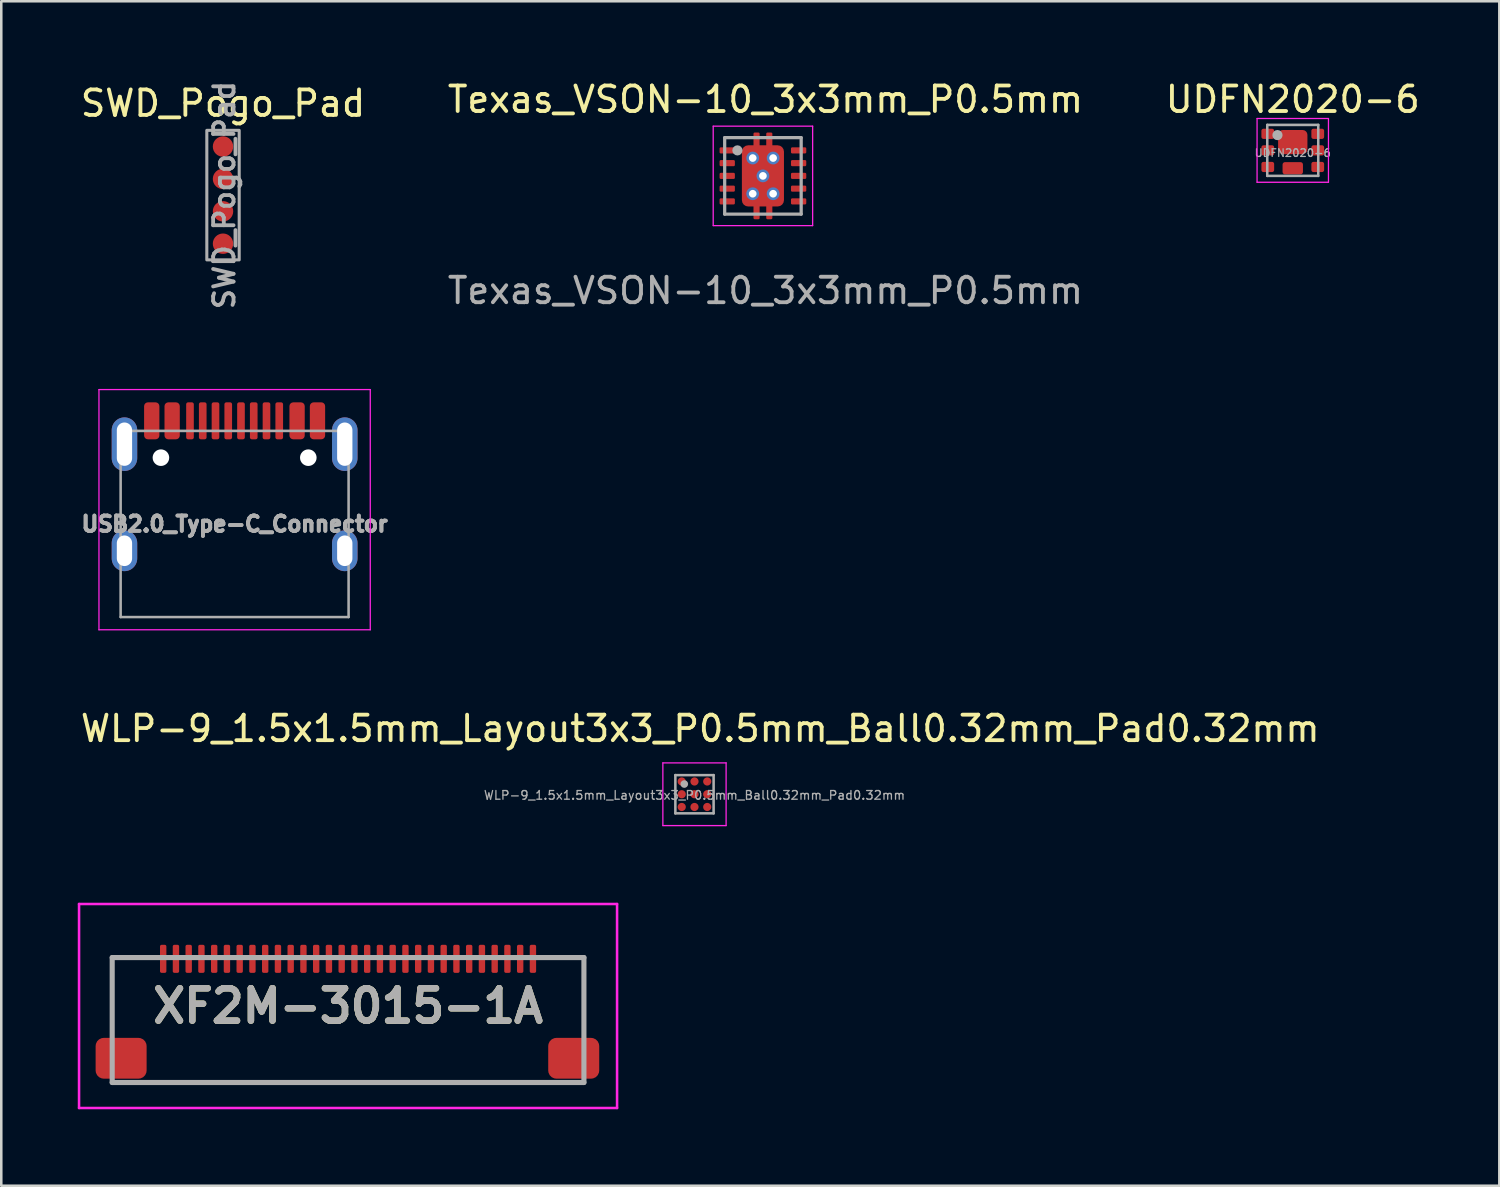
<source format=kicad_pcb>
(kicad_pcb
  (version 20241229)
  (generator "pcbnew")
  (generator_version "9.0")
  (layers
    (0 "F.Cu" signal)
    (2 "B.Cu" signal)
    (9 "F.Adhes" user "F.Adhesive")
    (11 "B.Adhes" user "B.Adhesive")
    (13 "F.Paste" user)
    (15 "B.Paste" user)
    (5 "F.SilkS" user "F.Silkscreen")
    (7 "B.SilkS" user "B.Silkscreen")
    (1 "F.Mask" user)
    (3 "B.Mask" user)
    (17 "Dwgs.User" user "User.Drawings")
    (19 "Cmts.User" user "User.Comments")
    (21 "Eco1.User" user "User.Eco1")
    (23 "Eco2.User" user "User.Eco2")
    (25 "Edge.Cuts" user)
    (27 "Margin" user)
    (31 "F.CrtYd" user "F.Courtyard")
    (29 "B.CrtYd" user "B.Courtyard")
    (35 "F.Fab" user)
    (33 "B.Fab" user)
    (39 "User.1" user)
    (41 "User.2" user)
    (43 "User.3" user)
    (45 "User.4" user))
  (footprint "SWD_Pogo_Pad"
    (layer "F.Cu")
    (at 5.696 2.697)
    (property "Reference" "SWD_Pogo_Pad" (at 0 -1.695 0) (layer "F.SilkS") (effects (font (size 1 1) (thickness 0.15))))
    (attr through_hole)
    (fp_rect (start -0.635 -0.635) (end 0.635 4.445) (stroke (width 0.12) (type solid)) (fill no) (layer "F.Fab"))
    (fp_text user "${REFERENCE}" (at 0.05 1.905 270) (layer "F.Fab") (effects (font (size 0.8 0.8) (thickness 0.15))))
    (pad "1" smd circle (at 0 0) (size 0.8 0.8) (layers "F.Cu" "F.Mask"))
    (pad "2" smd circle (at 0 1.27) (size 0.8 0.8) (layers "F.Cu" "F.Mask"))
    (pad "3" smd circle (at 0 2.54) (size 0.8 0.8) (layers "F.Cu" "F.Mask"))
    (pad "4" smd circle (at 0 3.81) (size 0.8 0.8) (layers "F.Cu" "F.Mask")))
  (footprint "XF2M-3015-1A"
    (layer "F.Cu")
    (at 10.6 36.403)
    (property "Reference" "XF2M-3015-1A" (at 0 0 0) (layer "F.SilkS") (effects (font (size 1.27 1.27) (thickness 0.254))))
    (attr smd)
    (fp_line (start -10.55 -4) (end 10.55 -4) (stroke (width 0.1) (type solid)) (layer "F.CrtYd"))
    (fp_line (start -10.55 4) (end -10.55 -4) (stroke (width 0.1) (type solid)) (layer "F.CrtYd"))
    (fp_line (start 10.55 -4) (end 10.55 4) (stroke (width 0.1) (type solid)) (layer "F.CrtYd"))
    (fp_line (start 10.55 4) (end -10.55 4) (stroke (width 0.1) (type solid)) (layer "F.CrtYd"))
    (fp_line (start -9.25 -1.9) (end 9.25 -1.9) (stroke (width 0.2) (type solid)) (layer "F.Fab"))
    (fp_line (start -9.25 3) (end -9.25 -1.9) (stroke (width 0.2) (type solid)) (layer "F.Fab"))
    (fp_line (start 9.25 -1.9) (end 9.25 3) (stroke (width 0.2) (type solid)) (layer "F.Fab"))
    (fp_line (start 9.25 3) (end -9.25 3) (stroke (width 0.2) (type solid)) (layer "F.Fab"))
    (fp_text user "${REFERENCE}" (at 0 0 0) (layer "F.Fab") (effects (font (size 1.27 1.27) (thickness 0.254))))
    (pad "" smd roundrect (at -8.9 2.05 90) (size 1.6 2) (layers "F.Cu" "F.Mask" "F.Paste") (roundrect_rratio 0.2))
    (pad "" smd roundrect (at 8.85 2.05 90) (size 1.6 2) (layers "F.Cu" "F.Mask" "F.Paste") (roundrect_rratio 0.2))
    (pad "1" smd roundrect (at -7.25 -1.85) (size 0.25 1.1) (layers "F.Cu" "F.Mask" "F.Paste") (roundrect_rratio 0.25))
    (pad "2" smd roundrect (at -6.75 -1.85) (size 0.25 1.1) (layers "F.Cu" "F.Mask" "F.Paste") (roundrect_rratio 0.25))
    (pad "3" smd roundrect (at -6.25 -1.85) (size 0.25 1.1) (layers "F.Cu" "F.Mask" "F.Paste") (roundrect_rratio 0.25))
    (pad "4" smd roundrect (at -5.75 -1.85) (size 0.25 1.1) (layers "F.Cu" "F.Mask" "F.Paste") (roundrect_rratio 0.25))
    (pad "5" smd roundrect (at -5.25 -1.85) (size 0.25 1.1) (layers "F.Cu" "F.Mask" "F.Paste") (roundrect_rratio 0.25))
    (pad "6" smd roundrect (at -4.75 -1.85) (size 0.25 1.1) (layers "F.Cu" "F.Mask" "F.Paste") (roundrect_rratio 0.25))
    (pad "7" smd roundrect (at -4.25 -1.85) (size 0.25 1.1) (layers "F.Cu" "F.Mask" "F.Paste") (roundrect_rratio 0.25))
    (pad "8" smd roundrect (at -3.75 -1.85) (size 0.25 1.1) (layers "F.Cu" "F.Mask" "F.Paste") (roundrect_rratio 0.25))
    (pad "9" smd roundrect (at -3.25 -1.85) (size 0.25 1.1) (layers "F.Cu" "F.Mask" "F.Paste") (roundrect_rratio 0.25))
    (pad "10" smd roundrect (at -2.75 -1.85) (size 0.25 1.1) (layers "F.Cu" "F.Mask" "F.Paste") (roundrect_rratio 0.25))
    (pad "11" smd roundrect (at -2.25 -1.85) (size 0.25 1.1) (layers "F.Cu" "F.Mask" "F.Paste") (roundrect_rratio 0.25))
    (pad "12" smd roundrect (at -1.75 -1.85) (size 0.25 1.1) (layers "F.Cu" "F.Mask" "F.Paste") (roundrect_rratio 0.25))
    (pad "13" smd roundrect (at -1.25 -1.85) (size 0.25 1.1) (layers "F.Cu" "F.Mask" "F.Paste") (roundrect_rratio 0.25))
    (pad "14" smd roundrect (at -0.75 -1.85) (size 0.25 1.1) (layers "F.Cu" "F.Mask" "F.Paste") (roundrect_rratio 0.25))
    (pad "15" smd roundrect (at -0.25 -1.85) (size 0.25 1.1) (layers "F.Cu" "F.Mask" "F.Paste") (roundrect_rratio 0.25))
    (pad "16" smd roundrect (at 0.25 -1.85) (size 0.25 1.1) (layers "F.Cu" "F.Mask" "F.Paste") (roundrect_rratio 0.25))
    (pad "17" smd roundrect (at 0.75 -1.85) (size 0.25 1.1) (layers "F.Cu" "F.Mask" "F.Paste") (roundrect_rratio 0.25))
    (pad "18" smd roundrect (at 1.25 -1.85) (size 0.25 1.1) (layers "F.Cu" "F.Mask" "F.Paste") (roundrect_rratio 0.25))
    (pad "19" smd roundrect (at 1.75 -1.85) (size 0.25 1.1) (layers "F.Cu" "F.Mask" "F.Paste") (roundrect_rratio 0.25))
    (pad "20" smd roundrect (at 2.25 -1.85) (size 0.25 1.1) (layers "F.Cu" "F.Mask" "F.Paste") (roundrect_rratio 0.25))
    (pad "21" smd roundrect (at 2.75 -1.85) (size 0.25 1.1) (layers "F.Cu" "F.Mask" "F.Paste") (roundrect_rratio 0.25))
    (pad "22" smd roundrect (at 3.25 -1.85) (size 0.25 1.1) (layers "F.Cu" "F.Mask" "F.Paste") (roundrect_rratio 0.25))
    (pad "23" smd roundrect (at 3.75 -1.85) (size 0.25 1.1) (layers "F.Cu" "F.Mask" "F.Paste") (roundrect_rratio 0.25))
    (pad "24" smd roundrect (at 4.25 -1.85) (size 0.25 1.1) (layers "F.Cu" "F.Mask" "F.Paste") (roundrect_rratio 0.25))
    (pad "25" smd roundrect (at 4.75 -1.85) (size 0.25 1.1) (layers "F.Cu" "F.Mask" "F.Paste") (roundrect_rratio 0.25))
    (pad "26" smd roundrect (at 5.25 -1.85) (size 0.25 1.1) (layers "F.Cu" "F.Mask" "F.Paste") (roundrect_rratio 0.25))
    (pad "27" smd roundrect (at 5.75 -1.85) (size 0.25 1.1) (layers "F.Cu" "F.Mask" "F.Paste") (roundrect_rratio 0.25))
    (pad "28" smd roundrect (at 6.25 -1.85) (size 0.25 1.1) (layers "F.Cu" "F.Mask" "F.Paste") (roundrect_rratio 0.25))
    (pad "29" smd roundrect (at 6.75 -1.85) (size 0.25 1.1) (layers "F.Cu" "F.Mask" "F.Paste") (roundrect_rratio 0.25))
    (pad "30" smd roundrect (at 7.25 -1.85) (size 0.25 1.1) (layers "F.Cu" "F.Mask" "F.Paste") (roundrect_rratio 0.25)))
  (footprint "UDFN2020-6"
    (layer "F.Cu")
    (at 47.649 2.848)
    (property "Reference" "UDFN2020-6" (at 0 -2 0) (layer "F.SilkS") (effects (font (size 1 1) (thickness 0.15))))
    (attr smd)
    (fp_line (start -1.4 -1.25) (end -1.4 1.25) (stroke (width 0.05) (type solid)) (layer "F.CrtYd"))
    (fp_line (start -1.4 1.25) (end 1.4 1.25) (stroke (width 0.05) (type solid)) (layer "F.CrtYd"))
    (fp_line (start 1.4 -1.25) (end -1.4 -1.25) (stroke (width 0.05) (type solid)) (layer "F.CrtYd"))
    (fp_line (start 1.4 1.25) (end 1.4 -1.25) (stroke (width 0.05) (type solid)) (layer "F.CrtYd"))
    (fp_line (start -1 -1) (end 1 -1) (stroke (width 0.1) (type solid)) (layer "F.Fab"))
    (fp_line (start -1 1) (end -1 -1) (stroke (width 0.1) (type solid)) (layer "F.Fab"))
    (fp_line (start 1 -1) (end 1 1) (stroke (width 0.1) (type solid)) (layer "F.Fab"))
    (fp_line (start 1 1) (end -1 1) (stroke (width 0.1) (type solid)) (layer "F.Fab"))
    (fp_circle (center -0.6 -0.6) (end -0.5 -0.6) (stroke (width 0.2) (type solid)) (fill no) (layer "F.Fab"))
    (fp_text user "${REFERENCE}" (at 0 0.1 0) (layer "F.Fab") (effects (font (size 0.3 0.3) (thickness 0.05))))
    (pad "1" smd roundrect (at -0.98 -0.65) (size 0.5 0.4) (layers "F.Cu" "F.Mask" "F.Paste") (roundrect_rratio 0.2))
    (pad "2" smd roundrect (at -0.98 0) (size 0.5 0.4) (layers "F.Cu" "F.Mask" "F.Paste") (roundrect_rratio 0.2))
    (pad "3" smd roundrect (at -0.98 0.65) (size 0.5 0.4) (layers "F.Cu" "F.Mask" "F.Paste") (roundrect_rratio 0.2))
    (pad "4" smd roundrect (at 0.98 0.65) (size 0.5 0.4) (layers "F.Cu" "F.Mask" "F.Paste") (roundrect_rratio 0.2))
    (pad "5" smd roundrect (at 0.98 0) (size 0.5 0.4) (layers "F.Cu" "F.Mask" "F.Paste") (roundrect_rratio 0.2))
    (pad "6" smd roundrect (at 0.98 -0.65) (size 0.5 0.4) (layers "F.Cu" "F.Mask" "F.Paste") (roundrect_rratio 0.2))
    (pad "7" smd roundrect (at 0 -0.325) (size 1.15 0.95) (layers "F.Cu" "F.Mask" "F.Paste") (roundrect_rratio 0.2))
    (pad "8" smd roundrect (at 0 0.7) (size 0.8 0.48) (layers "F.Cu" "F.Mask" "F.Paste") (roundrect_rratio 0.2)))
  (footprint "USB2.0_Type-C_Connector"
    (layer "F.Cu")
    (at 6.151 17.499)
    (property "Reference" "USB2.0_Type-C_Connector" (at 0 0 0) (layer "F.Fab") (effects (font (size 0.6 0.6) (thickness 0.15))))
    (attr smd)
    (fp_line (start -5.32 -5.27) (end -5.32 4.15) (stroke (width 0.05) (type solid)) (layer "F.CrtYd"))
    (fp_line (start -5.32 -5.27) (end 5.32 -5.27) (stroke (width 0.05) (type solid)) (layer "F.CrtYd"))
    (fp_line (start -5.32 4.15) (end 5.32 4.15) (stroke (width 0.05) (type solid)) (layer "F.CrtYd"))
    (fp_line (start 5.32 -5.27) (end 5.32 4.15) (stroke (width 0.05) (type solid)) (layer "F.CrtYd"))
    (fp_line (start -4.47 -3.65) (end -4.47 3.65) (stroke (width 0.1) (type solid)) (layer "F.Fab"))
    (fp_line (start -4.47 -3.65) (end 4.47 -3.65) (stroke (width 0.1) (type solid)) (layer "F.Fab"))
    (fp_line (start -4.47 3.65) (end 4.47 3.65) (stroke (width 0.1) (type solid)) (layer "F.Fab"))
    (fp_line (start 4.47 -3.65) (end 4.47 3.65) (stroke (width 0.1) (type solid)) (layer "F.Fab"))
    (fp_text user "${REFERENCE}" (at 0 0 0) (layer "F.Fab") (effects (font (size 0.6 0.6) (thickness 0.15))))
    (pad "" np_thru_hole circle (at -2.89 -2.6) (size 0.65 0.65) (drill 0.65) (layers "*.Cu" "*.Mask"))
    (pad "" np_thru_hole circle (at 2.89 -2.6) (size 0.65 0.65) (drill 0.65) (layers "*.Cu" "*.Mask"))
    (pad "A1" smd roundrect (at -3.25 -4.045) (size 0.6 1.45) (layers "F.Cu" "F.Mask" "F.Paste") (roundrect_rratio 0.25))
    (pad "A4" smd roundrect (at -2.45 -4.045) (size 0.6 1.45) (layers "F.Cu" "F.Mask" "F.Paste") (roundrect_rratio 0.25))
    (pad "A5" smd roundrect (at -1.25 -4.045) (size 0.3 1.45) (layers "F.Cu" "F.Mask" "F.Paste") (roundrect_rratio 0.25))
    (pad "A6" smd roundrect (at -0.25 -4.045) (size 0.3 1.45) (layers "F.Cu" "F.Mask" "F.Paste") (roundrect_rratio 0.25))
    (pad "A7" smd roundrect (at 0.25 -4.045) (size 0.3 1.45) (layers "F.Cu" "F.Mask" "F.Paste") (roundrect_rratio 0.25))
    (pad "A8" smd roundrect (at 1.25 -4.045) (size 0.3 1.45) (layers "F.Cu" "F.Mask" "F.Paste") (roundrect_rratio 0.25))
    (pad "B1" smd roundrect (at 3.25 -4.045) (size 0.6 1.45) (layers "F.Cu" "F.Mask" "F.Paste") (roundrect_rratio 0.25))
    (pad "B4" smd roundrect (at 2.45 -4.045) (size 0.6 1.45) (layers "F.Cu" "F.Mask" "F.Paste") (roundrect_rratio 0.25))
    (pad "B5" smd roundrect (at 1.75 -4.045) (size 0.3 1.45) (layers "F.Cu" "F.Mask" "F.Paste") (roundrect_rratio 0.25))
    (pad "B6" smd roundrect (at 0.75 -4.045) (size 0.3 1.45) (layers "F.Cu" "F.Mask" "F.Paste") (roundrect_rratio 0.25))
    (pad "B7" smd roundrect (at -0.75 -4.045) (size 0.3 1.45) (layers "F.Cu" "F.Mask" "F.Paste") (roundrect_rratio 0.25))
    (pad "B8" smd roundrect (at -1.75 -4.045) (size 0.3 1.45) (layers "F.Cu" "F.Mask" "F.Paste") (roundrect_rratio 0.25))
    (pad "S1" thru_hole oval (at -4.32 -3.13) (size 1 2.1) (drill oval 0.6 1.7) (layers "*.Cu" "*.Mask" "F.Paste"))
    (pad "S1" thru_hole oval (at -4.32 1.05) (size 1 1.6) (drill oval 0.6 1.2) (layers "*.Cu" "*.Mask" "F.Paste"))
    (pad "S1" thru_hole oval (at 4.32 -3.13) (size 1 2.1) (drill oval 0.6 1.7) (layers "*.Cu" "*.Mask" "F.Paste"))
    (pad "S1" thru_hole oval (at 4.32 1.05) (size 1 1.6) (drill oval 0.6 1.2) (layers "*.Cu" "*.Mask" "F.Paste")))
  (footprint "Texas_VSON-10_3x3mm_P0.5mm"
    (layer "F.Cu")
    (at 26.97 3.848)
    (property "Reference" "Texas_VSON-10_3x3mm_P0.5mm" (at 0 -3 0) (unlocked yes) (layer "F.SilkS") (effects (font (size 1 1) (thickness 0.15))))
    (attr through_hole)
    (fp_line (start -2.05 -1.95) (end -2.05 1.95) (stroke (width 0.05) (type solid)) (layer "F.CrtYd"))
    (fp_line (start -2.05 -1.95) (end 1.85 -1.95) (stroke (width 0.05) (type solid)) (layer "F.CrtYd"))
    (fp_line (start -2.05 1.95) (end 1.85 1.95) (stroke (width 0.05) (type solid)) (layer "F.CrtYd"))
    (fp_line (start 1.85 -1.95) (end 1.85 1.95) (stroke (width 0.05) (type solid)) (layer "F.CrtYd"))
    (fp_line (start -1.6 -1.5) (end -1.6 1.5) (stroke (width 0.127) (type solid)) (layer "F.Fab"))
    (fp_line (start -1.6 -1.5) (end 1.4 -1.5) (stroke (width 0.127) (type solid)) (layer "F.Fab"))
    (fp_line (start -1.6 1.5) (end 1.4 1.5) (stroke (width 0.127) (type solid)) (layer "F.Fab"))
    (fp_line (start 1.4 -1.5) (end 1.4 1.5) (stroke (width 0.127) (type solid)) (layer "F.Fab"))
    (fp_circle (center -1.1 -1) (end -1 -1) (stroke (width 0.2) (type solid)) (fill no) (layer "F.Fab"))
    (fp_text user "${REFERENCE}" (at 0 4.5 0) (unlocked yes) (layer "F.Fab") (effects (font (size 1 1) (thickness 0.15))))
    (pad "" smd roundrect (at -0.1 -0.57) (size 1.3 0.9) (layers "F.Paste") (roundrect_rratio 0.2))
    (pad "" smd roundrect (at -0.1 0.57) (size 1.3 0.9) (layers "F.Paste") (roundrect_rratio 0.2))
    (pad "1" smd roundrect (at -1.5 -1) (size 0.6 0.24) (layers "F.Cu" "F.Mask" "F.Paste") (roundrect_rratio 0.2))
    (pad "2" smd roundrect (at -1.5 -0.5) (size 0.6 0.24) (layers "F.Cu" "F.Mask" "F.Paste") (roundrect_rratio 0.2))
    (pad "3" smd roundrect (at -1.5 0) (size 0.6 0.24) (layers "F.Cu" "F.Mask" "F.Paste") (roundrect_rratio 0.2))
    (pad "4" smd roundrect (at -1.5 0.5) (size 0.6 0.24) (layers "F.Cu" "F.Mask" "F.Paste") (roundrect_rratio 0.2))
    (pad "5" smd roundrect (at -1.5 1) (size 0.6 0.24) (layers "F.Cu" "F.Mask" "F.Paste") (roundrect_rratio 0.2))
    (pad "6" smd roundrect (at 1.3 1) (size 0.6 0.24) (layers "F.Cu" "F.Mask" "F.Paste") (roundrect_rratio 0.2))
    (pad "7" smd roundrect (at 1.3 0.5) (size 0.6 0.24) (layers "F.Cu" "F.Mask" "F.Paste") (roundrect_rratio 0.2))
    (pad "8" smd roundrect (at 1.3 0) (size 0.6 0.24) (layers "F.Cu" "F.Mask" "F.Paste") (roundrect_rratio 0.2))
    (pad "9" smd roundrect (at 1.3 -0.5) (size 0.6 0.24) (layers "F.Cu" "F.Mask" "F.Paste") (roundrect_rratio 0.2))
    (pad "10" smd roundrect (at 1.3 -1) (size 0.6 0.24) (layers "F.Cu" "F.Mask" "F.Paste") (roundrect_rratio 0.2))
    (pad "11" thru_hole circle (at -0.5 -0.7) (size 0.5 0.5) (drill 0.3) (layers "*.Cu"))
    (pad "11" thru_hole circle (at -0.5 0.7) (size 0.5 0.5) (drill 0.3) (layers "*.Cu"))
    (pad "11" smd roundrect (at -0.35 -1.4 90) (size 0.6 0.24) (layers "F.Cu" "F.Mask" "F.Paste") (roundrect_rratio 0.2))
    (pad "11" smd roundrect (at -0.35 1.4 90) (size 0.6 0.24) (layers "F.Cu" "F.Mask" "F.Paste") (roundrect_rratio 0.2))
    (pad "11" thru_hole circle (at -0.1 0) (size 0.5 0.5) (drill 0.3) (layers "*.Cu"))
    (pad "11" smd roundrect (at -0.1 0) (size 1.65 2.4) (layers "F.Cu" "F.Mask") (roundrect_rratio 0.15))
    (pad "11" smd roundrect (at 0.15 -1.4 90) (size 0.6 0.24) (layers "F.Cu" "F.Mask" "F.Paste") (roundrect_rratio 0.2))
    (pad "11" smd roundrect (at 0.15 1.4 90) (size 0.6 0.24) (layers "F.Cu" "F.Mask" "F.Paste") (roundrect_rratio 0.2))
    (pad "11" thru_hole circle (at 0.3 -0.7) (size 0.5 0.5) (drill 0.3) (layers "*.Cu"))
    (pad "11" thru_hole circle (at 0.3 0.7) (size 0.5 0.5) (drill 0.3) (layers "*.Cu")))
  (footprint "WLP-9_1.5x1.5mm_Layout3x3_P0.5mm_Ball0.32mm_Pad0.32mm"
    (layer "F.Cu")
    (at 24.186 28.098)
    (property "Reference" "WLP-9_1.5x1.5mm_Layout3x3_P0.5mm_Ball0.32mm_Pad0.32mm" (at 0.225 -2.575 0) (layer "F.SilkS") (effects (font (size 1 1) (thickness 0.15))))
    (attr smd)
    (fp_line (start -1.24 -1.23) (end -1.24 1.23) (stroke (width 0.05) (type solid)) (layer "F.CrtYd"))
    (fp_line (start -1.24 1.23) (end 1.24 1.23) (stroke (width 0.05) (type solid)) (layer "F.CrtYd"))
    (fp_line (start 1.24 -1.23) (end -1.24 -1.23) (stroke (width 0.05) (type solid)) (layer "F.CrtYd"))
    (fp_line (start 1.24 1.23) (end 1.24 -1.23) (stroke (width 0.05) (type solid)) (layer "F.CrtYd"))
    (fp_line (start -0.75 -0.75) (end -0.75 0.75) (stroke (width 0.1) (type solid)) (layer "F.Fab"))
    (fp_line (start -0.75 0.75) (end 0.75 0.75) (stroke (width 0.1) (type solid)) (layer "F.Fab"))
    (fp_line (start 0.75 -0.75) (end -0.75 -0.75) (stroke (width 0.1) (type solid)) (layer "F.Fab"))
    (fp_line (start 0.75 0.75) (end 0.75 -0.75) (stroke (width 0.1) (type solid)) (layer "F.Fab"))
    (fp_circle (center -0.4 -0.4) (end -0.325 -0.4) (stroke (width 0.15) (type solid)) (fill no) (layer "F.Fab"))
    (fp_text user "${REFERENCE}" (at 0 0.04 0) (layer "F.Fab") (effects (font (size 0.34 0.34) (thickness 0.051))))
    (pad "A1" smd circle (at -0.5 -0.5) (size 0.32 0.32) (layers "F.Cu" "F.Mask" "F.Paste"))
    (pad "A2" smd circle (at 0 -0.5) (size 0.32 0.32) (layers "F.Cu" "F.Mask" "F.Paste"))
    (pad "A3" smd circle (at 0.5 -0.5) (size 0.32 0.32) (layers "F.Cu" "F.Mask" "F.Paste"))
    (pad "B1" smd circle (at -0.5 0) (size 0.32 0.32) (layers "F.Cu" "F.Mask" "F.Paste"))
    (pad "B2" smd circle (at 0 0) (size 0.32 0.32) (layers "F.Cu" "F.Mask" "F.Paste"))
    (pad "B3" smd circle (at 0.5 0) (size 0.32 0.32) (layers "F.Cu" "F.Mask" "F.Paste"))
    (pad "C1" smd circle (at -0.5 0.5) (size 0.32 0.32) (layers "F.Cu" "F.Mask" "F.Paste"))
    (pad "C2" smd circle (at 0 0.5) (size 0.32 0.32) (layers "F.Cu" "F.Mask" "F.Paste"))
    (pad "C3" smd circle (at 0.5 0.5) (size 0.32 0.32) (layers "F.Cu" "F.Mask" "F.Paste")))
  (gr_rect
    (start -3 -3)
    (end 55.75 43.453)
    (stroke (width 0.1) (type default))
    (fill no)
    (layer "Edge.Cuts")))
</source>
